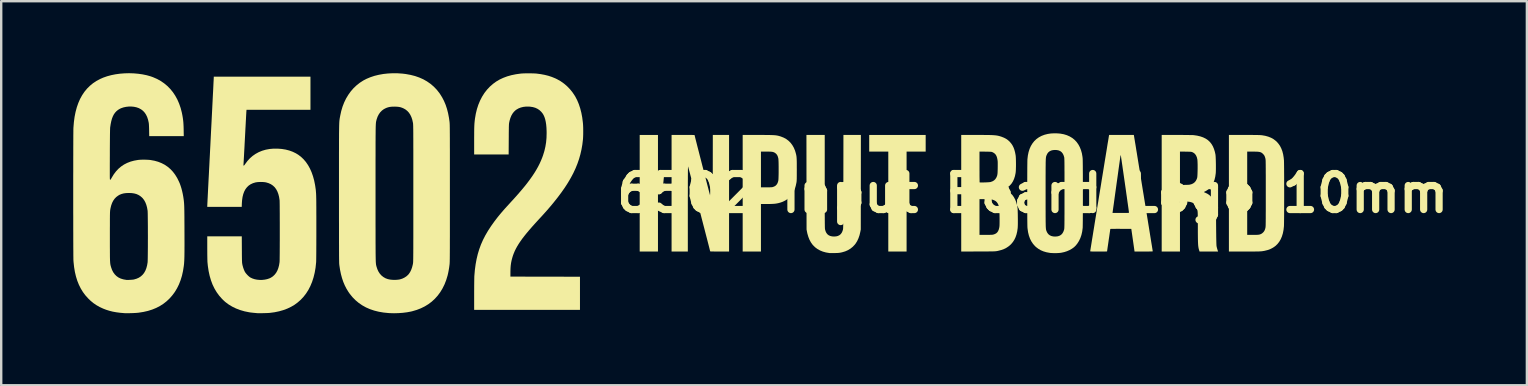
<source format=kicad_pcb>
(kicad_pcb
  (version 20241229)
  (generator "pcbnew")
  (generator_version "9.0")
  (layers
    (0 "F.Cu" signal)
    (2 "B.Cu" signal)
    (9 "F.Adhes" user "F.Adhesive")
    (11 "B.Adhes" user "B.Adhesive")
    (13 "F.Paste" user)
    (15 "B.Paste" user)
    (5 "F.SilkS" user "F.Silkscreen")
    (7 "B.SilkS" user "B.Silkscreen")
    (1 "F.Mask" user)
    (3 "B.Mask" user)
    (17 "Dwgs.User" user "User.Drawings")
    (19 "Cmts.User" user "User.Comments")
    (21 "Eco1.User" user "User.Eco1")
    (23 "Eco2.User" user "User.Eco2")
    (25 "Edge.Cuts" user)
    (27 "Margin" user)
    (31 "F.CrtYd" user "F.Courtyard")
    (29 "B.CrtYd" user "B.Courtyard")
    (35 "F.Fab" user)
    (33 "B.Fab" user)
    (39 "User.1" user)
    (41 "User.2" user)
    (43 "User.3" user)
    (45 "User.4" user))
  (footprint "6502 Input Board Logo 10mm"
    (layer "F.Cu")
    (at 39.97 5)
    (property "Reference" "6502 Input Board Logo 10mm" (at 0 0 0) (layer "F.SilkS") (effects (font (size 1.5 1.5) (thickness 0.3))))
    (attr board_only exclude_from_pos_files exclude_from_bom)
    (fp_poly (pts (xy -15.611 0) (xy -15.611 2.428) (xy -15.991 2.428) (xy -16.372 2.428) (xy -16.372 0) (xy -16.372 -2.428) (xy -15.991 -2.428) (xy -15.611 -2.428)) (stroke (width 0) (type solid)) (fill yes) (layer "F.SilkS"))
    (fp_poly (pts (xy -4.459 -2.081) (xy -4.459 -1.735) (xy -4.857 -1.735) (xy -5.254 -1.735) (xy -5.254 0.347) (xy -5.254 2.428) (xy -5.635 2.428) (xy -6.016 2.428) (xy -6.016 0.347) (xy -6.016 -1.735) (xy -6.413 -1.735) (xy -6.811 -1.735) (xy -6.811 -2.081) (xy -6.811 -2.428) (xy -5.635 -2.428) (xy -4.459 -2.428)) (stroke (width 0) (type solid)) (fill yes) (layer "F.SilkS"))
    (fp_poly (pts (xy -8.664 -0.496) (xy -8.664 -0.279) (xy -8.664 -0.078) (xy -8.664 0.106) (xy -8.664 0.276) (xy -8.664 0.432) (xy -8.664 0.574) (xy -8.663 0.702) (xy -8.663 0.819) (xy -8.663 0.923) (xy -8.662 1.016) (xy -8.662 1.099) (xy -8.661 1.172) (xy -8.661 1.236) (xy -8.66 1.291) (xy -8.659 1.338) (xy -8.659 1.378) (xy -8.658 1.411) (xy -8.657 1.439) (xy -8.656 1.461) (xy -8.655 1.478) (xy -8.653 1.491) (xy -8.652 1.5) (xy -8.652 1.502) (xy -8.629 1.583) (xy -8.596 1.652) (xy -8.553 1.708) (xy -8.498 1.751) (xy -8.432 1.781) (xy -8.355 1.798) (xy -8.276 1.803) (xy -8.19 1.797) (xy -8.116 1.779) (xy -8.053 1.748) (xy -8 1.705) (xy -7.957 1.648) (xy -7.924 1.577) (xy -7.905 1.515) (xy -7.903 1.507) (xy -7.902 1.498) (xy -7.9 1.486) (xy -7.899 1.471) (xy -7.898 1.451) (xy -7.897 1.427) (xy -7.896 1.398) (xy -7.895 1.362) (xy -7.894 1.32) (xy -7.894 1.271) (xy -7.893 1.213) (xy -7.892 1.147) (xy -7.892 1.072) (xy -7.891 0.986) (xy -7.891 0.89) (xy -7.891 0.783) (xy -7.89 0.664) (xy -7.89 0.533) (xy -7.89 0.388) (xy -7.889 0.229) (xy -7.889 0.056) (xy -7.889 -0.132) (xy -7.888 -0.337) (xy -7.888 -0.484) (xy -7.885 -2.428) (xy -7.521 -2.428) (xy -7.158 -2.428) (xy -7.16 -0.459) (xy -7.162 1.51) (xy -7.182 1.61) (xy -7.214 1.748) (xy -7.258 1.875) (xy -7.311 1.99) (xy -7.374 2.092) (xy -7.412 2.141) (xy -7.495 2.229) (xy -7.589 2.305) (xy -7.693 2.369) (xy -7.808 2.42) (xy -7.935 2.458) (xy -7.993 2.471) (xy -8.031 2.478) (xy -8.069 2.483) (xy -8.111 2.487) (xy -8.161 2.49) (xy -8.221 2.491) (xy -8.262 2.492) (xy -8.317 2.493) (xy -8.368 2.493) (xy -8.412 2.492) (xy -8.446 2.492) (xy -8.467 2.491) (xy -8.469 2.491) (xy -8.612 2.467) (xy -8.742 2.431) (xy -8.86 2.383) (xy -8.968 2.323) (xy -9.064 2.251) (xy -9.15 2.166) (xy -9.172 2.141) (xy -9.24 2.046) (xy -9.299 1.937) (xy -9.347 1.816) (xy -9.386 1.684) (xy -9.402 1.61) (xy -9.421 1.51) (xy -9.424 -0.459) (xy -9.426 -2.428) (xy -9.045 -2.428) (xy -8.664 -2.428)) (stroke (width 0) (type solid)) (fill yes) (layer "F.SilkS"))
    (fp_poly (pts (xy -11.33 -2.428) (xy -11.213 -2.428) (xy -11.11 -2.427) (xy -11.02 -2.427) (xy -10.942 -2.425) (xy -10.874 -2.423) (xy -10.815 -2.421) (xy -10.764 -2.418) (xy -10.719 -2.414) (xy -10.679 -2.409) (xy -10.643 -2.403) (xy -10.609 -2.396) (xy -10.576 -2.388) (xy -10.543 -2.378) (xy -10.508 -2.368) (xy -10.496 -2.364) (xy -10.378 -2.318) (xy -10.27 -2.259) (xy -10.173 -2.187) (xy -10.088 -2.103) (xy -10.015 -2.007) (xy -9.953 -1.899) (xy -9.902 -1.778) (xy -9.876 -1.691) (xy -9.866 -1.654) (xy -9.857 -1.62) (xy -9.85 -1.587) (xy -9.844 -1.553) (xy -9.839 -1.518) (xy -9.836 -1.478) (xy -9.833 -1.433) (xy -9.831 -1.381) (xy -9.829 -1.32) (xy -9.828 -1.248) (xy -9.828 -1.164) (xy -9.828 -1.066) (xy -9.827 -0.99) (xy -9.828 -0.888) (xy -9.828 -0.8) (xy -9.828 -0.727) (xy -9.829 -0.666) (xy -9.829 -0.615) (xy -9.831 -0.573) (xy -9.832 -0.539) (xy -9.834 -0.51) (xy -9.836 -0.486) (xy -9.839 -0.464) (xy -9.843 -0.442) (xy -9.843 -0.44) (xy -9.871 -0.309) (xy -9.906 -0.191) (xy -9.95 -0.086) (xy -10.002 0.009) (xy -10.064 0.095) (xy -10.11 0.147) (xy -10.201 0.23) (xy -10.3 0.298) (xy -10.408 0.352) (xy -10.492 0.383) (xy -10.55 0.4) (xy -10.605 0.414) (xy -10.66 0.425) (xy -10.717 0.434) (xy -10.78 0.44) (xy -10.85 0.444) (xy -10.931 0.447) (xy -11.025 0.448) (xy -11.073 0.448) (xy -11.321 0.448) (xy -11.321 1.438) (xy -11.321 2.428) (xy -11.702 2.428) (xy -12.082 2.428) (xy -12.082 0) (xy -12.082 -0.99) (xy -11.321 -0.99) (xy -11.321 -0.245) (xy -11.099 -0.245) (xy -11.02 -0.246) (xy -10.958 -0.247) (xy -10.908 -0.249) (xy -10.871 -0.251) (xy -10.844 -0.255) (xy -10.833 -0.257) (xy -10.765 -0.282) (xy -10.708 -0.317) (xy -10.664 -0.364) (xy -10.629 -0.422) (xy -10.605 -0.495) (xy -10.597 -0.529) (xy -10.594 -0.556) (xy -10.591 -0.597) (xy -10.589 -0.651) (xy -10.587 -0.715) (xy -10.585 -0.787) (xy -10.584 -0.864) (xy -10.584 -0.945) (xy -10.584 -1.028) (xy -10.584 -1.109) (xy -10.585 -1.187) (xy -10.586 -1.259) (xy -10.588 -1.324) (xy -10.591 -1.379) (xy -10.593 -1.421) (xy -10.597 -1.449) (xy -10.597 -1.45) (xy -10.618 -1.528) (xy -10.647 -1.592) (xy -10.686 -1.642) (xy -10.735 -1.681) (xy -10.745 -1.687) (xy -10.771 -1.701) (xy -10.796 -1.711) (xy -10.822 -1.719) (xy -10.851 -1.725) (xy -10.886 -1.73) (xy -10.93 -1.732) (xy -10.984 -1.734) (xy -11.052 -1.734) (xy -11.099 -1.734) (xy -11.321 -1.735) (xy -11.321 -0.99) (xy -12.082 -0.99) (xy -12.082 -2.428) (xy -11.462 -2.428)) (stroke (width 0) (type solid)) (fill yes) (layer "F.SilkS"))
    (fp_poly (pts (xy -14.477 -2.428) (xy -14.395 -2.428) (xy -14.318 -2.428) (xy -14.25 -2.428) (xy -14.192 -2.428) (xy -14.146 -2.427) (xy -14.111 -2.427) (xy -14.092 -2.426) (xy -14.087 -2.426) (xy -14.085 -2.414) (xy -14.078 -2.386) (xy -14.067 -2.344) (xy -14.054 -2.289) (xy -14.037 -2.223) (xy -14.017 -2.145) (xy -13.995 -2.057) (xy -13.97 -1.959) (xy -13.943 -1.854) (xy -13.914 -1.742) (xy -13.884 -1.624) (xy -13.852 -1.5) (xy -13.819 -1.373) (xy -13.786 -1.243) (xy -13.752 -1.11) (xy -13.717 -0.977) (xy -13.683 -0.843) (xy -13.649 -0.711) (xy -13.615 -0.58) (xy -13.582 -0.453) (xy -13.55 -0.329) (xy -13.519 -0.211) (xy -13.49 -0.098) (xy -13.462 0.007) (xy -13.437 0.105) (xy -13.414 0.193) (xy -13.393 0.271) (xy -13.376 0.339) (xy -13.361 0.394) (xy -13.35 0.436) (xy -13.342 0.464) (xy -13.338 0.477) (xy -13.338 0.478) (xy -13.337 0.47) (xy -13.336 0.445) (xy -13.335 0.405) (xy -13.334 0.35) (xy -13.334 0.28) (xy -13.333 0.197) (xy -13.332 0.101) (xy -13.331 -0.008) (xy -13.331 -0.128) (xy -13.33 -0.259) (xy -13.33 -0.401) (xy -13.329 -0.552) (xy -13.329 -0.713) (xy -13.328 -0.882) (xy -13.328 -0.975) (xy -13.326 -2.428) (xy -12.988 -2.428) (xy -12.649 -2.428) (xy -12.649 0) (xy -12.649 2.428) (xy -13.043 2.428) (xy -13.122 2.428) (xy -13.197 2.428) (xy -13.264 2.427) (xy -13.323 2.426) (xy -13.371 2.425) (xy -13.407 2.424) (xy -13.429 2.423) (xy -13.436 2.422) (xy -13.438 2.412) (xy -13.445 2.386) (xy -13.455 2.345) (xy -13.468 2.292) (xy -13.485 2.225) (xy -13.505 2.147) (xy -13.528 2.058) (xy -13.553 1.96) (xy -13.581 1.852) (xy -13.611 1.736) (xy -13.643 1.613) (xy -13.676 1.484) (xy -13.711 1.35) (xy -13.747 1.211) (xy -13.784 1.069) (xy -13.821 0.924) (xy -13.86 0.777) (xy -13.898 0.63) (xy -13.936 0.482) (xy -13.974 0.336) (xy -14.012 0.192) (xy -14.049 0.051) (xy -14.085 -0.087) (xy -14.12 -0.22) (xy -14.153 -0.347) (xy -14.185 -0.468) (xy -14.214 -0.581) (xy -14.242 -0.686) (xy -14.267 -0.781) (xy -14.29 -0.867) (xy -14.31 -0.941) (xy -14.326 -1.003) (xy -14.34 -1.053) (xy -14.349 -1.089) (xy -14.355 -1.11) (xy -14.357 -1.115) (xy -14.358 -1.111) (xy -14.359 -1.098) (xy -14.36 -1.075) (xy -14.361 -1.041) (xy -14.362 -0.997) (xy -14.363 -0.943) (xy -14.364 -0.876) (xy -14.364 -0.797) (xy -14.365 -0.706) (xy -14.365 -0.602) (xy -14.366 -0.485) (xy -14.366 -0.353) (xy -14.366 -0.208) (xy -14.366 -0.047) (xy -14.367 0.129) (xy -14.367 0.32) (xy -14.367 0.528) (xy -14.367 0.655) (xy -14.367 2.428) (xy -14.705 2.428) (xy -15.044 2.428) (xy -15.044 0) (xy -15.044 -2.428) (xy -14.566 -2.428)) (stroke (width 0) (type solid)) (fill yes) (layer "F.SilkS"))
    (fp_poly (pts (xy 8.936 -2.428) (xy 9.047 -2.428) (xy 9.143 -2.428) (xy 9.225 -2.427) (xy 9.296 -2.426) (xy 9.356 -2.426) (xy 9.407 -2.424) (xy 9.449 -2.423) (xy 9.484 -2.421) (xy 9.514 -2.419) (xy 9.539 -2.417) (xy 9.55 -2.416) (xy 9.689 -2.392) (xy 9.817 -2.356) (xy 9.933 -2.309) (xy 10.037 -2.25) (xy 10.129 -2.179) (xy 10.159 -2.152) (xy 10.235 -2.066) (xy 10.301 -1.972) (xy 10.355 -1.866) (xy 10.399 -1.75) (xy 10.432 -1.622) (xy 10.455 -1.481) (xy 10.466 -1.371) (xy 10.467 -1.345) (xy 10.468 -1.303) (xy 10.469 -1.247) (xy 10.47 -1.178) (xy 10.471 -1.096) (xy 10.472 -1.004) (xy 10.472 -0.902) (xy 10.473 -0.791) (xy 10.474 -0.673) (xy 10.474 -0.549) (xy 10.474 -0.42) (xy 10.474 -0.287) (xy 10.475 -0.152) (xy 10.475 -0.015) (xy 10.475 0.122) (xy 10.475 0.257) (xy 10.474 0.391) (xy 10.474 0.521) (xy 10.474 0.646) (xy 10.473 0.766) (xy 10.473 0.878) (xy 10.472 0.982) (xy 10.471 1.077) (xy 10.47 1.161) (xy 10.469 1.233) (xy 10.468 1.292) (xy 10.467 1.337) (xy 10.466 1.366) (xy 10.466 1.371) (xy 10.449 1.526) (xy 10.421 1.669) (xy 10.381 1.8) (xy 10.33 1.918) (xy 10.268 2.023) (xy 10.194 2.117) (xy 10.109 2.197) (xy 10.012 2.266) (xy 9.903 2.323) (xy 9.783 2.367) (xy 9.65 2.4) (xy 9.55 2.416) (xy 9.527 2.418) (xy 9.499 2.42) (xy 9.467 2.422) (xy 9.429 2.424) (xy 9.382 2.425) (xy 9.327 2.426) (xy 9.262 2.427) (xy 9.185 2.427) (xy 9.096 2.428) (xy 8.993 2.428) (xy 8.875 2.428) (xy 8.81 2.428) (xy 8.173 2.428) (xy 8.173 0) (xy 8.935 0) (xy 8.935 1.735) (xy 9.164 1.735) (xy 9.239 1.734) (xy 9.299 1.734) (xy 9.346 1.732) (xy 9.383 1.73) (xy 9.412 1.727) (xy 9.434 1.724) (xy 9.446 1.721) (xy 9.504 1.701) (xy 9.554 1.672) (xy 9.6 1.631) (xy 9.606 1.625) (xy 9.637 1.587) (xy 9.661 1.544) (xy 9.681 1.493) (xy 9.695 1.438) (xy 9.697 1.429) (xy 9.698 1.418) (xy 9.7 1.404) (xy 9.701 1.387) (xy 9.703 1.366) (xy 9.704 1.34) (xy 9.705 1.308) (xy 9.705 1.269) (xy 9.706 1.223) (xy 9.707 1.169) (xy 9.707 1.106) (xy 9.708 1.033) (xy 9.708 0.95) (xy 9.708 0.856) (xy 9.709 0.749) (xy 9.709 0.629) (xy 9.709 0.496) (xy 9.709 0.348) (xy 9.709 0.185) (xy 9.709 0.005) (xy 9.709 0) (xy 9.709 -0.18) (xy 9.709 -0.343) (xy 9.709 -0.492) (xy 9.709 -0.626) (xy 9.709 -0.746) (xy 9.708 -0.853) (xy 9.708 -0.948) (xy 9.708 -1.031) (xy 9.707 -1.104) (xy 9.707 -1.168) (xy 9.706 -1.222) (xy 9.705 -1.268) (xy 9.705 -1.307) (xy 9.704 -1.339) (xy 9.703 -1.365) (xy 9.701 -1.387) (xy 9.7 -1.404) (xy 9.698 -1.418) (xy 9.697 -1.429) (xy 9.695 -1.438) (xy 9.695 -1.438) (xy 9.678 -1.5) (xy 9.659 -1.55) (xy 9.634 -1.592) (xy 9.606 -1.625) (xy 9.578 -1.653) (xy 9.551 -1.676) (xy 9.523 -1.694) (xy 9.492 -1.708) (xy 9.454 -1.719) (xy 9.41 -1.726) (xy 9.356 -1.731) (xy 9.29 -1.733) (xy 9.21 -1.734) (xy 9.164 -1.735) (xy 8.935 -1.735) (xy 8.935 0) (xy 8.173 0) (xy 8.173 -2.428) (xy 8.81 -2.428)) (stroke (width 0) (type solid)) (fill yes) (layer "F.SilkS"))
    (fp_poly (pts (xy 6.118 -2.428) (xy 6.229 -2.428) (xy 6.331 -2.427) (xy 6.424 -2.426) (xy 6.507 -2.425) (xy 6.577 -2.424) (xy 6.634 -2.423) (xy 6.677 -2.422) (xy 6.704 -2.42) (xy 6.708 -2.42) (xy 6.852 -2.399) (xy 6.982 -2.368) (xy 7.1 -2.327) (xy 7.204 -2.276) (xy 7.297 -2.214) (xy 7.377 -2.14) (xy 7.446 -2.054) (xy 7.504 -1.957) (xy 7.551 -1.846) (xy 7.589 -1.723) (xy 7.612 -1.616) (xy 7.616 -1.583) (xy 7.62 -1.536) (xy 7.623 -1.477) (xy 7.626 -1.409) (xy 7.628 -1.335) (xy 7.63 -1.256) (xy 7.631 -1.176) (xy 7.631 -1.097) (xy 7.631 -1.022) (xy 7.63 -0.953) (xy 7.628 -0.893) (xy 7.626 -0.845) (xy 7.624 -0.826) (xy 7.604 -0.688) (xy 7.574 -0.563) (xy 7.532 -0.449) (xy 7.481 -0.348) (xy 7.418 -0.26) (xy 7.358 -0.197) (xy 7.322 -0.167) (xy 7.279 -0.136) (xy 7.234 -0.106) (xy 7.192 -0.083) (xy 7.168 -0.071) (xy 7.147 -0.061) (xy 7.135 -0.052) (xy 7.135 -0.049) (xy 7.143 -0.042) (xy 7.164 -0.032) (xy 7.192 -0.019) (xy 7.199 -0.017) (xy 7.282 0.024) (xy 7.355 0.073) (xy 7.419 0.134) (xy 7.474 0.206) (xy 7.52 0.29) (xy 7.559 0.387) (xy 7.59 0.498) (xy 7.615 0.624) (xy 7.62 0.658) (xy 7.623 0.678) (xy 7.625 0.702) (xy 7.627 0.73) (xy 7.629 0.763) (xy 7.631 0.802) (xy 7.633 0.849) (xy 7.634 0.904) (xy 7.635 0.97) (xy 7.636 1.047) (xy 7.638 1.137) (xy 7.639 1.24) (xy 7.64 1.358) (xy 7.641 1.443) (xy 7.642 1.586) (xy 7.644 1.716) (xy 7.645 1.831) (xy 7.647 1.931) (xy 7.649 2.016) (xy 7.651 2.086) (xy 7.653 2.14) (xy 7.655 2.177) (xy 7.657 2.196) (xy 7.664 2.235) (xy 7.676 2.282) (xy 7.689 2.329) (xy 7.694 2.346) (xy 7.722 2.428) (xy 7.336 2.428) (xy 6.95 2.428) (xy 6.932 2.371) (xy 6.923 2.341) (xy 6.915 2.31) (xy 6.908 2.279) (xy 6.902 2.245) (xy 6.897 2.207) (xy 6.892 2.164) (xy 6.889 2.114) (xy 6.886 2.058) (xy 6.884 1.992) (xy 6.882 1.917) (xy 6.881 1.83) (xy 6.88 1.731) (xy 6.879 1.618) (xy 6.879 1.49) (xy 6.879 1.409) (xy 6.879 1.31) (xy 6.878 1.214) (xy 6.878 1.123) (xy 6.877 1.039) (xy 6.876 0.963) (xy 6.875 0.898) (xy 6.874 0.843) (xy 6.872 0.802) (xy 6.871 0.775) (xy 6.87 0.77) (xy 6.854 0.673) (xy 6.83 0.59) (xy 6.797 0.52) (xy 6.755 0.464) (xy 6.702 0.419) (xy 6.639 0.386) (xy 6.565 0.364) (xy 6.542 0.359) (xy 6.505 0.354) (xy 6.454 0.351) (xy 6.392 0.348) (xy 6.321 0.347) (xy 6.306 0.347) (xy 6.134 0.347) (xy 6.134 1.388) (xy 6.134 2.428) (xy 5.753 2.428) (xy 5.373 2.428) (xy 5.373 0) (xy 5.373 -1.041) (xy 6.134 -1.041) (xy 6.134 -0.347) (xy 6.301 -0.347) (xy 6.357 -0.348) (xy 6.412 -0.349) (xy 6.46 -0.351) (xy 6.5 -0.353) (xy 6.525 -0.355) (xy 6.608 -0.375) (xy 6.68 -0.407) (xy 6.741 -0.452) (xy 6.791 -0.51) (xy 6.829 -0.581) (xy 6.85 -0.639) (xy 6.854 -0.664) (xy 6.859 -0.703) (xy 6.862 -0.755) (xy 6.865 -0.816) (xy 6.867 -0.884) (xy 6.869 -0.958) (xy 6.87 -1.033) (xy 6.87 -1.109) (xy 6.87 -1.182) (xy 6.868 -1.25) (xy 6.866 -1.311) (xy 6.863 -1.362) (xy 6.86 -1.401) (xy 6.858 -1.412) (xy 6.838 -1.497) (xy 6.806 -1.57) (xy 6.765 -1.63) (xy 6.713 -1.677) (xy 6.652 -1.711) (xy 6.652 -1.711) (xy 6.637 -1.716) (xy 6.622 -1.721) (xy 6.604 -1.724) (xy 6.583 -1.727) (xy 6.554 -1.729) (xy 6.517 -1.73) (xy 6.468 -1.731) (xy 6.406 -1.732) (xy 6.369 -1.733) (xy 6.134 -1.736) (xy 6.134 -1.041) (xy 5.373 -1.041) (xy 5.373 -2.428) (xy 5.999 -2.428)) (stroke (width 0) (type solid)) (fill yes) (layer "F.SilkS"))
    (fp_poly (pts (xy -20.912 -4.995) (xy -20.836 -4.993) (xy -20.768 -4.991) (xy -20.71 -4.988) (xy -20.67 -4.985) (xy -20.494 -4.962) (xy -20.33 -4.931) (xy -20.177 -4.893) (xy -20.032 -4.845) (xy -19.892 -4.788) (xy -19.813 -4.75) (xy -19.666 -4.667) (xy -19.527 -4.569) (xy -19.397 -4.458) (xy -19.277 -4.334) (xy -19.168 -4.199) (xy -19.07 -4.052) (xy -19.055 -4.027) (xy -18.977 -3.877) (xy -18.909 -3.714) (xy -18.851 -3.539) (xy -18.803 -3.353) (xy -18.766 -3.157) (xy -18.74 -2.952) (xy -18.733 -2.877) (xy -18.729 -2.805) (xy -18.726 -2.721) (xy -18.725 -2.63) (xy -18.725 -2.536) (xy -18.726 -2.443) (xy -18.729 -2.355) (xy -18.733 -2.276) (xy -18.737 -2.229) (xy -18.762 -2.023) (xy -18.797 -1.821) (xy -18.843 -1.621) (xy -18.899 -1.424) (xy -18.967 -1.228) (xy -19.046 -1.033) (xy -19.138 -0.836) (xy -19.243 -0.639) (xy -19.36 -0.439) (xy -19.491 -0.236) (xy -19.637 -0.028) (xy -19.796 0.184) (xy -19.97 0.402) (xy -20.036 0.482) (xy -20.102 0.56) (xy -20.166 0.635) (xy -20.231 0.71) (xy -20.299 0.786) (xy -20.371 0.867) (xy -20.45 0.954) (xy -20.538 1.049) (xy -20.586 1.101) (xy -20.728 1.256) (xy -20.858 1.401) (xy -20.976 1.537) (xy -21.083 1.664) (xy -21.18 1.785) (xy -21.267 1.898) (xy -21.344 2.007) (xy -21.413 2.11) (xy -21.474 2.21) (xy -21.527 2.306) (xy -21.574 2.401) (xy -21.614 2.495) (xy -21.649 2.588) (xy -21.678 2.682) (xy -21.68 2.689) (xy -21.708 2.795) (xy -21.729 2.899) (xy -21.744 3.006) (xy -21.753 3.12) (xy -21.757 3.245) (xy -21.757 3.287) (xy -21.758 3.473) (xy -20.309 3.475) (xy -18.86 3.478) (xy -18.86 4.167) (xy -18.86 4.857) (xy -21.064 4.857) (xy -23.268 4.857) (xy -23.268 4.207) (xy -23.268 4.1) (xy -23.267 3.996) (xy -23.267 3.895) (xy -23.266 3.799) (xy -23.265 3.711) (xy -23.264 3.632) (xy -23.263 3.563) (xy -23.262 3.506) (xy -23.261 3.462) (xy -23.259 3.435) (xy -23.238 3.192) (xy -23.207 2.962) (xy -23.167 2.744) (xy -23.117 2.534) (xy -23.056 2.332) (xy -22.984 2.135) (xy -22.899 1.943) (xy -22.801 1.752) (xy -22.689 1.561) (xy -22.563 1.368) (xy -22.426 1.176) (xy -22.359 1.088) (xy -22.292 1.001) (xy -22.222 0.915) (xy -22.148 0.826) (xy -22.069 0.734) (xy -21.983 0.636) (xy -21.887 0.531) (xy -21.782 0.416) (xy -21.758 0.389) (xy -21.592 0.208) (xy -21.439 0.036) (xy -21.298 -0.128) (xy -21.169 -0.283) (xy -21.051 -0.432) (xy -20.944 -0.575) (xy -20.846 -0.713) (xy -20.758 -0.846) (xy -20.679 -0.976) (xy -20.607 -1.103) (xy -20.543 -1.229) (xy -20.486 -1.354) (xy -20.435 -1.479) (xy -20.399 -1.578) (xy -20.343 -1.759) (xy -20.301 -1.939) (xy -20.271 -2.121) (xy -20.254 -2.309) (xy -20.249 -2.505) (xy -20.25 -2.589) (xy -20.256 -2.733) (xy -20.268 -2.862) (xy -20.286 -2.978) (xy -20.309 -3.08) (xy -20.338 -3.171) (xy -20.374 -3.252) (xy -20.417 -3.324) (xy -20.468 -3.387) (xy -20.476 -3.396) (xy -20.549 -3.464) (xy -20.631 -3.518) (xy -20.721 -3.56) (xy -20.822 -3.589) (xy -20.935 -3.606) (xy -20.984 -3.61) (xy -21.105 -3.61) (xy -21.219 -3.597) (xy -21.325 -3.571) (xy -21.422 -3.533) (xy -21.508 -3.483) (xy -21.546 -3.455) (xy -21.613 -3.391) (xy -21.67 -3.317) (xy -21.719 -3.232) (xy -21.759 -3.135) (xy -21.792 -3.023) (xy -21.806 -2.959) (xy -21.809 -2.942) (xy -21.812 -2.925) (xy -21.815 -2.906) (xy -21.817 -2.885) (xy -21.819 -2.86) (xy -21.82 -2.83) (xy -21.821 -2.794) (xy -21.823 -2.749) (xy -21.823 -2.695) (xy -21.824 -2.631) (xy -21.825 -2.556) (xy -21.826 -2.467) (xy -21.826 -2.364) (xy -21.827 -2.245) (xy -21.827 -2.244) (xy -21.831 -1.616) (xy -22.549 -1.616) (xy -23.268 -1.616) (xy -23.268 -2.19) (xy -23.268 -2.317) (xy -23.267 -2.429) (xy -23.267 -2.527) (xy -23.266 -2.614) (xy -23.265 -2.689) (xy -23.263 -2.756) (xy -23.261 -2.815) (xy -23.258 -2.869) (xy -23.255 -2.919) (xy -23.25 -2.966) (xy -23.246 -3.013) (xy -23.24 -3.06) (xy -23.234 -3.109) (xy -23.199 -3.313) (xy -23.152 -3.507) (xy -23.092 -3.691) (xy -23.02 -3.863) (xy -22.936 -4.025) (xy -22.841 -4.175) (xy -22.733 -4.314) (xy -22.615 -4.44) (xy -22.484 -4.555) (xy -22.354 -4.65) (xy -22.212 -4.734) (xy -22.059 -4.806) (xy -21.894 -4.868) (xy -21.717 -4.918) (xy -21.528 -4.957) (xy -21.326 -4.985) (xy -21.322 -4.985) (xy -21.276 -4.989) (xy -21.216 -4.992) (xy -21.147 -4.994) (xy -21.071 -4.995) (xy -20.991 -4.995)) (stroke (width 0) (type solid)) (fill yes) (layer "F.SilkS"))
    (fp_poly (pts (xy 4.217 -2.405) (xy 4.219 -2.394) (xy 4.223 -2.367) (xy 4.23 -2.325) (xy 4.239 -2.269) (xy 4.251 -2.199) (xy 4.264 -2.117) (xy 4.28 -2.024) (xy 4.297 -1.919) (xy 4.315 -1.804) (xy 4.336 -1.68) (xy 4.357 -1.547) (xy 4.38 -1.406) (xy 4.404 -1.259) (xy 4.429 -1.105) (xy 4.455 -0.946) (xy 4.482 -0.783) (xy 4.509 -0.616) (xy 4.536 -0.446) (xy 4.564 -0.273) (xy 4.592 -0.1) (xy 4.621 0.074) (xy 4.649 0.248) (xy 4.677 0.42) (xy 4.705 0.591) (xy 4.732 0.759) (xy 4.759 0.923) (xy 4.785 1.083) (xy 4.81 1.238) (xy 4.834 1.387) (xy 4.857 1.529) (xy 4.879 1.664) (xy 4.899 1.79) (xy 4.918 1.907) (xy 4.935 2.014) (xy 4.951 2.111) (xy 4.965 2.195) (xy 4.976 2.268) (xy 4.986 2.327) (xy 4.993 2.372) (xy 4.998 2.403) (xy 5 2.418) (xy 5 2.419) (xy 4.995 2.421) (xy 4.977 2.423) (xy 4.946 2.425) (xy 4.902 2.426) (xy 4.844 2.427) (xy 4.771 2.428) (xy 4.682 2.428) (xy 4.621 2.428) (xy 4.242 2.428) (xy 4.175 1.957) (xy 4.107 1.485) (xy 3.67 1.483) (xy 3.582 1.482) (xy 3.501 1.482) (xy 3.427 1.483) (xy 3.364 1.483) (xy 3.311 1.484) (xy 3.27 1.485) (xy 3.244 1.486) (xy 3.232 1.488) (xy 3.232 1.488) (xy 3.231 1.498) (xy 3.227 1.522) (xy 3.222 1.561) (xy 3.215 1.611) (xy 3.206 1.672) (xy 3.196 1.742) (xy 3.185 1.82) (xy 3.172 1.904) (xy 3.164 1.958) (xy 3.152 2.045) (xy 3.14 2.126) (xy 3.129 2.201) (xy 3.119 2.267) (xy 3.111 2.324) (xy 3.105 2.369) (xy 3.1 2.402) (xy 3.097 2.421) (xy 3.097 2.425) (xy 3.089 2.425) (xy 3.065 2.426) (xy 3.028 2.427) (xy 2.98 2.427) (xy 2.922 2.428) (xy 2.855 2.428) (xy 2.783 2.428) (xy 2.746 2.428) (xy 2.658 2.428) (xy 2.586 2.428) (xy 2.528 2.428) (xy 2.483 2.427) (xy 2.449 2.426) (xy 2.424 2.424) (xy 2.408 2.423) (xy 2.399 2.42) (xy 2.395 2.417) (xy 2.394 2.416) (xy 2.396 2.407) (xy 2.4 2.382) (xy 2.406 2.342) (xy 2.415 2.287) (xy 2.426 2.219) (xy 2.439 2.139) (xy 2.454 2.046) (xy 2.47 1.943) (xy 2.489 1.829) (xy 2.509 1.706) (xy 2.53 1.574) (xy 2.553 1.435) (xy 2.576 1.288) (xy 2.601 1.135) (xy 2.627 0.977) (xy 2.652 0.821) (xy 3.324 0.821) (xy 3.667 0.821) (xy 3.752 0.821) (xy 3.822 0.821) (xy 3.879 0.82) (xy 3.922 0.82) (xy 3.955 0.819) (xy 3.979 0.817) (xy 3.995 0.816) (xy 4.004 0.813) (xy 4.009 0.811) (xy 4.01 0.807) (xy 4.01 0.806) (xy 4.009 0.794) (xy 4.006 0.767) (xy 4 0.726) (xy 3.993 0.672) (xy 3.984 0.605) (xy 3.973 0.528) (xy 3.961 0.442) (xy 3.947 0.346) (xy 3.933 0.244) (xy 3.918 0.135) (xy 3.901 0.021) (xy 3.885 -0.097) (xy 3.868 -0.217) (xy 3.85 -0.339) (xy 3.833 -0.462) (xy 3.815 -0.583) (xy 3.798 -0.703) (xy 3.781 -0.82) (xy 3.765 -0.933) (xy 3.749 -1.041) (xy 3.735 -1.142) (xy 3.721 -1.235) (xy 3.709 -1.32) (xy 3.698 -1.394) (xy 3.688 -1.458) (xy 3.681 -1.51) (xy 3.675 -1.548) (xy 3.671 -1.571) (xy 3.669 -1.579) (xy 3.661 -1.582) (xy 3.66 -1.582) (xy 3.659 -1.573) (xy 3.655 -1.548) (xy 3.649 -1.509) (xy 3.641 -1.456) (xy 3.632 -1.39) (xy 3.621 -1.312) (xy 3.608 -1.222) (xy 3.594 -1.123) (xy 3.579 -1.015) (xy 3.563 -0.898) (xy 3.546 -0.774) (xy 3.528 -0.644) (xy 3.509 -0.509) (xy 3.495 -0.41) (xy 3.476 -0.271) (xy 3.457 -0.136) (xy 3.439 -0.007) (xy 3.422 0.116) (xy 3.406 0.233) (xy 3.391 0.34) (xy 3.378 0.439) (xy 3.365 0.528) (xy 3.354 0.605) (xy 3.345 0.67) (xy 3.338 0.722) (xy 3.333 0.76) (xy 3.33 0.783) (xy 3.329 0.789) (xy 3.324 0.821) (xy 2.652 0.821) (xy 2.653 0.814) (xy 2.68 0.647) (xy 2.708 0.477) (xy 2.736 0.305) (xy 2.764 0.132) (xy 2.792 -0.042) (xy 2.821 -0.216) (xy 2.849 -0.389) (xy 2.876 -0.56) (xy 2.904 -0.728) (xy 2.931 -0.893) (xy 2.957 -1.053) (xy 2.982 -1.209) (xy 3.006 -1.358) (xy 3.03 -1.501) (xy 3.052 -1.637) (xy 3.073 -1.764) (xy 3.092 -1.882) (xy 3.109 -1.99) (xy 3.125 -2.088) (xy 3.14 -2.174) (xy 3.152 -2.247) (xy 3.162 -2.308) (xy 3.169 -2.355) (xy 3.175 -2.387) (xy 3.177 -2.403) (xy 3.178 -2.405) (xy 3.183 -2.428) (xy 3.697 -2.428) (xy 4.212 -2.428)) (stroke (width 0) (type solid)) (fill yes) (layer "F.SilkS"))
    (fp_poly (pts (xy -2.201 -2.428) (xy -2.079 -2.428) (xy -1.971 -2.427) (xy -1.876 -2.426) (xy -1.793 -2.425) (xy -1.721 -2.423) (xy -1.657 -2.42) (xy -1.601 -2.416) (xy -1.552 -2.412) (xy -1.508 -2.406) (xy -1.469 -2.4) (xy -1.431 -2.392) (xy -1.396 -2.383) (xy -1.36 -2.373) (xy -1.323 -2.361) (xy -1.303 -2.355) (xy -1.199 -2.314) (xy -1.108 -2.267) (xy -1.028 -2.21) (xy -0.959 -2.147) (xy -0.897 -2.074) (xy -0.844 -1.996) (xy -0.8 -1.909) (xy -0.764 -1.813) (xy -0.735 -1.704) (xy -0.714 -1.595) (xy -0.708 -1.553) (xy -0.704 -1.498) (xy -0.701 -1.431) (xy -0.699 -1.357) (xy -0.698 -1.277) (xy -0.697 -1.195) (xy -0.698 -1.114) (xy -0.7 -1.037) (xy -0.702 -0.966) (xy -0.706 -0.906) (xy -0.711 -0.857) (xy -0.713 -0.842) (xy -0.74 -0.712) (xy -0.778 -0.595) (xy -0.826 -0.491) (xy -0.884 -0.4) (xy -0.954 -0.321) (xy -1.034 -0.254) (xy -1.052 -0.242) (xy -1.086 -0.22) (xy -1.119 -0.201) (xy -1.145 -0.187) (xy -1.154 -0.183) (xy -1.173 -0.173) (xy -1.183 -0.163) (xy -1.183 -0.161) (xy -1.174 -0.153) (xy -1.154 -0.142) (xy -1.126 -0.128) (xy -1.116 -0.124) (xy -1.017 -0.072) (xy -0.93 -0.008) (xy -0.852 0.069) (xy -0.786 0.16) (xy -0.73 0.263) (xy -0.685 0.379) (xy -0.65 0.509) (xy -0.634 0.593) (xy -0.631 0.62) (xy -0.628 0.663) (xy -0.626 0.717) (xy -0.624 0.782) (xy -0.622 0.854) (xy -0.621 0.931) (xy -0.62 1.011) (xy -0.619 1.091) (xy -0.619 1.169) (xy -0.619 1.243) (xy -0.62 1.311) (xy -0.622 1.37) (xy -0.624 1.417) (xy -0.626 1.45) (xy -0.626 1.451) (xy -0.646 1.591) (xy -0.676 1.718) (xy -0.715 1.832) (xy -0.765 1.936) (xy -0.825 2.03) (xy -0.896 2.115) (xy -0.913 2.133) (xy -0.998 2.207) (xy -1.091 2.27) (xy -1.195 2.323) (xy -1.31 2.365) (xy -1.438 2.398) (xy -1.471 2.405) (xy -1.489 2.408) (xy -1.506 2.411) (xy -1.524 2.414) (xy -1.544 2.416) (xy -1.566 2.418) (xy -1.593 2.419) (xy -1.625 2.421) (xy -1.664 2.422) (xy -1.711 2.423) (xy -1.767 2.423) (xy -1.833 2.424) (xy -1.911 2.425) (xy -2.002 2.425) (xy -2.106 2.426) (xy -2.226 2.426) (xy -2.274 2.426) (xy -2.978 2.429) (xy -2.978 0.99) (xy -2.217 0.99) (xy -2.217 1.735) (xy -1.952 1.734) (xy -1.87 1.734) (xy -1.803 1.733) (xy -1.75 1.732) (xy -1.708 1.73) (xy -1.677 1.728) (xy -1.654 1.725) (xy -1.644 1.722) (xy -1.577 1.7) (xy -1.521 1.669) (xy -1.477 1.629) (xy -1.442 1.578) (xy -1.415 1.516) (xy -1.395 1.439) (xy -1.387 1.39) (xy -1.384 1.36) (xy -1.382 1.317) (xy -1.381 1.262) (xy -1.38 1.197) (xy -1.38 1.127) (xy -1.38 1.051) (xy -1.381 0.975) (xy -1.382 0.898) (xy -1.384 0.825) (xy -1.387 0.757) (xy -1.389 0.696) (xy -1.392 0.646) (xy -1.396 0.608) (xy -1.399 0.588) (xy -1.423 0.502) (xy -1.455 0.43) (xy -1.497 0.371) (xy -1.55 0.324) (xy -1.614 0.289) (xy -1.69 0.263) (xy -1.707 0.259) (xy -1.73 0.255) (xy -1.759 0.251) (xy -1.794 0.249) (xy -1.838 0.247) (xy -1.894 0.246) (xy -1.963 0.245) (xy -1.992 0.245) (xy -2.217 0.245) (xy -2.217 0.99) (xy -2.978 0.99) (xy -2.978 0.000405) (xy -2.978 -1.098) (xy -2.217 -1.098) (xy -2.217 -0.995) (xy -2.216 -0.898) (xy -2.216 -0.806) (xy -2.216 -0.723) (xy -2.215 -0.648) (xy -2.214 -0.583) (xy -2.213 -0.53) (xy -2.213 -0.49) (xy -2.212 -0.464) (xy -2.211 -0.453) (xy -2.21 -0.453) (xy -2.2 -0.451) (xy -2.174 -0.449) (xy -2.138 -0.448) (xy -2.093 -0.449) (xy -2.042 -0.45) (xy -1.988 -0.451) (xy -1.933 -0.453) (xy -1.881 -0.456) (xy -1.833 -0.459) (xy -1.794 -0.463) (xy -1.765 -0.466) (xy -1.753 -0.469) (xy -1.675 -0.497) (xy -1.611 -0.535) (xy -1.559 -0.585) (xy -1.519 -0.645) (xy -1.511 -0.662) (xy -1.498 -0.692) (xy -1.487 -0.719) (xy -1.479 -0.745) (xy -1.473 -0.775) (xy -1.468 -0.808) (xy -1.464 -0.849) (xy -1.462 -0.9) (xy -1.46 -0.962) (xy -1.458 -1.038) (xy -1.458 -1.058) (xy -1.457 -1.137) (xy -1.457 -1.203) (xy -1.457 -1.256) (xy -1.458 -1.3) (xy -1.46 -1.336) (xy -1.464 -1.369) (xy -1.467 -1.392) (xy -1.484 -1.476) (xy -1.507 -1.545) (xy -1.538 -1.602) (xy -1.578 -1.648) (xy -1.628 -1.685) (xy -1.682 -1.713) (xy -1.695 -1.718) (xy -1.709 -1.722) (xy -1.727 -1.725) (xy -1.75 -1.727) (xy -1.781 -1.729) (xy -1.822 -1.73) (xy -1.875 -1.732) (xy -1.942 -1.732) (xy -1.969 -1.733) (xy -2.217 -1.736) (xy -2.217 -1.098) (xy -2.978 -1.098) (xy -2.978 -2.428) (xy -2.339 -2.428)) (stroke (width 0) (type solid)) (fill yes) (layer "F.SilkS"))
    (fp_poly (pts (xy 1.022 -2.494) (xy 1.094 -2.489) (xy 1.153 -2.483) (xy 1.292 -2.458) (xy 1.421 -2.419) (xy 1.539 -2.367) (xy 1.646 -2.303) (xy 1.742 -2.226) (xy 1.827 -2.137) (xy 1.9 -2.035) (xy 1.961 -1.922) (xy 2.011 -1.797) (xy 2.049 -1.661) (xy 2.074 -1.513) (xy 2.081 -1.443) (xy 2.082 -1.42) (xy 2.083 -1.382) (xy 2.084 -1.33) (xy 2.085 -1.264) (xy 2.086 -1.185) (xy 2.087 -1.096) (xy 2.087 -0.996) (xy 2.088 -0.888) (xy 2.089 -0.771) (xy 2.089 -0.648) (xy 2.089 -0.52) (xy 2.09 -0.387) (xy 2.09 -0.251) (xy 2.09 -0.113) (xy 2.09 0.026) (xy 2.09 0.165) (xy 2.09 0.302) (xy 2.09 0.437) (xy 2.089 0.568) (xy 2.089 0.695) (xy 2.088 0.816) (xy 2.088 0.93) (xy 2.087 1.035) (xy 2.087 1.131) (xy 2.086 1.217) (xy 2.085 1.292) (xy 2.084 1.353) (xy 2.083 1.401) (xy 2.082 1.433) (xy 2.081 1.447) (xy 2.061 1.599) (xy 2.029 1.739) (xy 1.984 1.869) (xy 1.927 1.988) (xy 1.857 2.098) (xy 1.793 2.178) (xy 1.721 2.248) (xy 1.634 2.311) (xy 1.536 2.367) (xy 1.429 2.414) (xy 1.314 2.451) (xy 1.195 2.477) (xy 1.153 2.483) (xy 1.093 2.489) (xy 1.022 2.493) (xy 0.946 2.495) (xy 0.869 2.494) (xy 0.796 2.491) (xy 0.733 2.487) (xy 0.706 2.483) (xy 0.572 2.458) (xy 0.449 2.422) (xy 0.337 2.375) (xy 0.235 2.315) (xy 0.14 2.243) (xy 0.097 2.203) (xy 0.015 2.111) (xy -0.055 2.007) (xy -0.113 1.892) (xy -0.159 1.764) (xy -0.193 1.625) (xy -0.215 1.474) (xy -0.22 1.417) (xy -0.221 1.392) (xy -0.222 1.35) (xy -0.223 1.293) (xy -0.224 1.221) (xy -0.225 1.134) (xy -0.226 1.033) (xy -0.226 0.919) (xy -0.227 0.792) (xy -0.227 0.653) (xy -0.228 0.502) (xy -0.228 0.341) (xy -0.228 0.169) (xy -0.228 0) (xy -0.228 -0.181) (xy -0.228 -0.29) (xy 0.537 -0.29) (xy 0.537 -0.114) (xy 0.537 0) (xy 0.537 0.185) (xy 0.537 0.354) (xy 0.537 0.507) (xy 0.537 0.646) (xy 0.538 0.772) (xy 0.538 0.884) (xy 0.538 0.984) (xy 0.539 1.073) (xy 0.539 1.151) (xy 0.54 1.219) (xy 0.541 1.278) (xy 0.542 1.329) (xy 0.543 1.373) (xy 0.545 1.41) (xy 0.547 1.441) (xy 0.549 1.467) (xy 0.551 1.488) (xy 0.554 1.507) (xy 0.557 1.522) (xy 0.561 1.536) (xy 0.564 1.548) (xy 0.569 1.561) (xy 0.573 1.573) (xy 0.576 1.581) (xy 0.61 1.651) (xy 0.654 1.707) (xy 0.71 1.751) (xy 0.776 1.782) (xy 0.852 1.799) (xy 0.867 1.801) (xy 0.956 1.804) (xy 1.036 1.795) (xy 1.066 1.788) (xy 1.133 1.763) (xy 1.189 1.725) (xy 1.236 1.674) (xy 1.274 1.61) (xy 1.303 1.531) (xy 1.31 1.507) (xy 1.312 1.499) (xy 1.313 1.489) (xy 1.315 1.477) (xy 1.316 1.462) (xy 1.317 1.443) (xy 1.318 1.419) (xy 1.319 1.389) (xy 1.32 1.354) (xy 1.321 1.311) (xy 1.322 1.26) (xy 1.322 1.201) (xy 1.323 1.133) (xy 1.323 1.054) (xy 1.323 0.965) (xy 1.324 0.864) (xy 1.324 0.75) (xy 1.324 0.623) (xy 1.324 0.483) (xy 1.324 0.327) (xy 1.324 0.156) (xy 1.324 0) (xy 1.324 -0.185) (xy 1.324 -0.353) (xy 1.324 -0.506) (xy 1.324 -0.644) (xy 1.324 -0.769) (xy 1.324 -0.881) (xy 1.323 -0.98) (xy 1.323 -1.068) (xy 1.323 -1.144) (xy 1.322 -1.211) (xy 1.322 -1.269) (xy 1.321 -1.318) (xy 1.32 -1.36) (xy 1.319 -1.395) (xy 1.318 -1.423) (xy 1.317 -1.446) (xy 1.316 -1.465) (xy 1.315 -1.479) (xy 1.313 -1.491) (xy 1.311 -1.5) (xy 1.31 -1.507) (xy 1.283 -1.59) (xy 1.247 -1.659) (xy 1.203 -1.713) (xy 1.149 -1.754) (xy 1.084 -1.783) (xy 1.008 -1.799) (xy 0.928 -1.803) (xy 0.841 -1.797) (xy 0.766 -1.778) (xy 0.702 -1.746) (xy 0.648 -1.702) (xy 0.606 -1.645) (xy 0.576 -1.581) (xy 0.571 -1.568) (xy 0.567 -1.556) (xy 0.563 -1.544) (xy 0.559 -1.531) (xy 0.556 -1.516) (xy 0.553 -1.5) (xy 0.55 -1.48) (xy 0.548 -1.457) (xy 0.546 -1.429) (xy 0.544 -1.396) (xy 0.543 -1.356) (xy 0.541 -1.31) (xy 0.54 -1.256) (xy 0.54 -1.193) (xy 0.539 -1.121) (xy 0.538 -1.039) (xy 0.538 -0.946) (xy 0.538 -0.841) (xy 0.537 -0.724) (xy 0.537 -0.594) (xy 0.537 -0.449) (xy 0.537 -0.29) (xy -0.228 -0.29) (xy -0.228 -0.352) (xy -0.228 -0.512) (xy -0.227 -0.662) (xy -0.227 -0.8) (xy -0.226 -0.927) (xy -0.226 -1.04) (xy -0.225 -1.14) (xy -0.224 -1.226) (xy -0.223 -1.297) (xy -0.222 -1.354) (xy -0.221 -1.394) (xy -0.22 -1.417) (xy -0.202 -1.573) (xy -0.172 -1.716) (xy -0.13 -1.849) (xy -0.076 -1.969) (xy -0.01 -2.077) (xy 0.067 -2.174) (xy 0.156 -2.258) (xy 0.257 -2.33) (xy 0.368 -2.389) (xy 0.491 -2.436) (xy 0.626 -2.47) (xy 0.736 -2.487) (xy 0.796 -2.492) (xy 0.867 -2.495) (xy 0.944 -2.496)) (stroke (width 0) (type solid)) (fill yes) (layer "F.SilkS"))
    (fp_poly (pts (xy -30.087 -4.167) (xy -30.087 -3.477) (xy -31.419 -3.477) (xy -32.751 -3.477) (xy -32.756 -3.408) (xy -32.758 -3.39) (xy -32.76 -3.357) (xy -32.762 -3.31) (xy -32.766 -3.248) (xy -32.77 -3.175) (xy -32.774 -3.09) (xy -32.78 -2.994) (xy -32.785 -2.89) (xy -32.791 -2.778) (xy -32.798 -2.659) (xy -32.804 -2.534) (xy -32.811 -2.405) (xy -32.816 -2.31) (xy -32.823 -2.178) (xy -32.83 -2.05) (xy -32.836 -1.927) (xy -32.843 -1.81) (xy -32.849 -1.701) (xy -32.854 -1.599) (xy -32.859 -1.507) (xy -32.864 -1.425) (xy -32.867 -1.356) (xy -32.871 -1.298) (xy -32.873 -1.255) (xy -32.875 -1.227) (xy -32.876 -1.216) (xy -32.878 -1.183) (xy -32.878 -1.164) (xy -32.875 -1.154) (xy -32.869 -1.151) (xy -32.865 -1.151) (xy -32.852 -1.158) (xy -32.832 -1.18) (xy -32.807 -1.216) (xy -32.804 -1.22) (xy -32.712 -1.344) (xy -32.609 -1.456) (xy -32.496 -1.555) (xy -32.373 -1.64) (xy -32.241 -1.712) (xy -32.1 -1.77) (xy -31.95 -1.814) (xy -31.793 -1.843) (xy -31.629 -1.858) (xy -31.457 -1.858) (xy -31.455 -1.858) (xy -31.283 -1.845) (xy -31.121 -1.819) (xy -30.97 -1.78) (xy -30.829 -1.729) (xy -30.697 -1.665) (xy -30.598 -1.605) (xy -30.482 -1.518) (xy -30.375 -1.416) (xy -30.277 -1.301) (xy -30.189 -1.173) (xy -30.11 -1.031) (xy -30.041 -0.877) (xy -29.982 -0.71) (xy -29.933 -0.532) (xy -29.895 -0.342) (xy -29.884 -0.272) (xy -29.879 -0.236) (xy -29.874 -0.201) (xy -29.869 -0.168) (xy -29.865 -0.135) (xy -29.862 -0.101) (xy -29.859 -0.065) (xy -29.856 -0.027) (xy -29.853 0.014) (xy -29.851 0.06) (xy -29.849 0.111) (xy -29.848 0.169) (xy -29.846 0.233) (xy -29.845 0.306) (xy -29.844 0.387) (xy -29.844 0.478) (xy -29.843 0.58) (xy -29.843 0.693) (xy -29.843 0.819) (xy -29.842 0.958) (xy -29.842 1.111) (xy -29.842 1.28) (xy -29.842 1.447) (xy -29.842 1.641) (xy -29.842 1.822) (xy -29.843 1.99) (xy -29.843 2.145) (xy -29.844 2.287) (xy -29.844 2.414) (xy -29.845 2.527) (xy -29.846 2.626) (xy -29.847 2.709) (xy -29.848 2.777) (xy -29.849 2.828) (xy -29.85 2.864) (xy -29.851 2.877) (xy -29.874 3.097) (xy -29.91 3.306) (xy -29.958 3.503) (xy -30.018 3.689) (xy -30.09 3.863) (xy -30.173 4.025) (xy -30.269 4.176) (xy -30.376 4.314) (xy -30.495 4.441) (xy -30.626 4.555) (xy -30.756 4.65) (xy -30.898 4.733) (xy -31.052 4.806) (xy -31.218 4.868) (xy -31.394 4.918) (xy -31.581 4.957) (xy -31.775 4.983) (xy -31.808 4.986) (xy -31.854 4.989) (xy -31.909 4.991) (xy -31.97 4.993) (xy -32.034 4.995) (xy -32.098 4.996) (xy -32.158 4.997) (xy -32.212 4.997) (xy -32.257 4.997) (xy -32.289 4.996) (xy -32.296 4.996) (xy -32.373 4.989) (xy -32.436 4.983) (xy -32.488 4.978) (xy -32.531 4.973) (xy -32.569 4.969) (xy -32.604 4.964) (xy -32.639 4.958) (xy -32.647 4.957) (xy -32.838 4.918) (xy -33.019 4.865) (xy -33.189 4.8) (xy -33.349 4.722) (xy -33.498 4.632) (xy -33.62 4.541) (xy -33.651 4.515) (xy -33.689 4.48) (xy -33.731 4.441) (xy -33.77 4.401) (xy -33.781 4.39) (xy -33.895 4.26) (xy -33.997 4.119) (xy -34.087 3.967) (xy -34.166 3.803) (xy -34.232 3.627) (xy -34.287 3.439) (xy -34.33 3.24) (xy -34.362 3.028) (xy -34.377 2.873) (xy -34.379 2.844) (xy -34.38 2.8) (xy -34.382 2.743) (xy -34.383 2.675) (xy -34.384 2.598) (xy -34.385 2.514) (xy -34.385 2.425) (xy -34.386 2.333) (xy -34.386 2.279) (xy -34.386 1.794) (xy -33.667 1.794) (xy -32.948 1.794) (xy -32.945 2.333) (xy -32.944 2.445) (xy -32.944 2.541) (xy -32.943 2.623) (xy -32.942 2.692) (xy -32.941 2.75) (xy -32.94 2.798) (xy -32.938 2.837) (xy -32.937 2.87) (xy -32.935 2.896) (xy -32.932 2.919) (xy -32.929 2.938) (xy -32.927 2.953) (xy -32.91 3.028) (xy -32.888 3.104) (xy -32.862 3.178) (xy -32.834 3.243) (xy -32.818 3.274) (xy -32.789 3.319) (xy -32.749 3.367) (xy -32.705 3.415) (xy -32.658 3.459) (xy -32.613 3.495) (xy -32.59 3.51) (xy -32.506 3.55) (xy -32.412 3.581) (xy -32.311 3.601) (xy -32.205 3.61) (xy -32.097 3.61) (xy -31.992 3.599) (xy -31.891 3.578) (xy -31.798 3.547) (xy -31.735 3.517) (xy -31.652 3.462) (xy -31.58 3.394) (xy -31.518 3.315) (xy -31.467 3.223) (xy -31.426 3.118) (xy -31.395 3) (xy -31.374 2.868) (xy -31.374 2.864) (xy -31.373 2.845) (xy -31.372 2.81) (xy -31.37 2.76) (xy -31.37 2.697) (xy -31.369 2.622) (xy -31.368 2.536) (xy -31.367 2.441) (xy -31.367 2.336) (xy -31.366 2.225) (xy -31.366 2.107) (xy -31.365 1.984) (xy -31.365 1.858) (xy -31.365 1.728) (xy -31.365 1.598) (xy -31.365 1.467) (xy -31.365 1.337) (xy -31.365 1.209) (xy -31.366 1.085) (xy -31.366 0.965) (xy -31.366 0.851) (xy -31.367 0.744) (xy -31.368 0.645) (xy -31.368 0.555) (xy -31.369 0.476) (xy -31.37 0.409) (xy -31.371 0.354) (xy -31.372 0.314) (xy -31.373 0.289) (xy -31.374 0.284) (xy -31.395 0.15) (xy -31.426 0.03) (xy -31.467 -0.077) (xy -31.518 -0.171) (xy -31.579 -0.252) (xy -31.652 -0.32) (xy -31.735 -0.376) (xy -31.829 -0.419) (xy -31.934 -0.451) (xy -31.949 -0.454) (xy -32.007 -0.463) (xy -32.077 -0.468) (xy -32.152 -0.47) (xy -32.229 -0.468) (xy -32.301 -0.463) (xy -32.364 -0.453) (xy -32.38 -0.45) (xy -32.485 -0.418) (xy -32.579 -0.374) (xy -32.662 -0.318) (xy -32.734 -0.248) (xy -32.796 -0.166) (xy -32.847 -0.071) (xy -32.887 0.037) (xy -32.917 0.159) (xy -32.936 0.293) (xy -32.945 0.421) (xy -32.95 0.567) (xy -33.668 0.567) (xy -34.386 0.567) (xy -34.386 0.533) (xy -34.385 0.518) (xy -34.384 0.488) (xy -34.382 0.445) (xy -34.379 0.389) (xy -34.376 0.323) (xy -34.373 0.249) (xy -34.368 0.167) (xy -34.364 0.079) (xy -34.36 0.006) (xy -34.351 -0.182) (xy -34.341 -0.375) (xy -34.331 -0.572) (xy -34.32 -0.772) (xy -34.31 -0.975) (xy -34.299 -1.179) (xy -34.289 -1.385) (xy -34.278 -1.591) (xy -34.268 -1.796) (xy -34.257 -2.001) (xy -34.247 -2.204) (xy -34.237 -2.404) (xy -34.227 -2.601) (xy -34.217 -2.795) (xy -34.207 -2.984) (xy -34.198 -3.168) (xy -34.189 -3.345) (xy -34.18 -3.517) (xy -34.172 -3.68) (xy -34.164 -3.836) (xy -34.157 -3.983) (xy -34.15 -4.121) (xy -34.143 -4.249) (xy -34.137 -4.365) (xy -34.132 -4.47) (xy -34.128 -4.563) (xy -34.124 -4.643) (xy -34.12 -4.71) (xy -34.118 -4.762) (xy -34.116 -4.798) (xy -34.115 -4.82) (xy -34.115 -4.825) (xy -34.115 -4.857) (xy -32.101 -4.857) (xy -30.087 -4.857)) (stroke (width 0) (type solid)) (fill yes) (layer "F.SilkS"))
    (fp_poly (pts (xy -26.455 -4.997) (xy -26.251 -4.983) (xy -26.115 -4.966) (xy -25.917 -4.93) (xy -25.729 -4.882) (xy -25.552 -4.82) (xy -25.386 -4.746) (xy -25.231 -4.658) (xy -25.087 -4.558) (xy -24.954 -4.445) (xy -24.832 -4.319) (xy -24.721 -4.18) (xy -24.688 -4.132) (xy -24.6 -3.991) (xy -24.523 -3.842) (xy -24.456 -3.683) (xy -24.4 -3.514) (xy -24.354 -3.334) (xy -24.317 -3.141) (xy -24.294 -2.978) (xy -24.293 -2.966) (xy -24.292 -2.952) (xy -24.29 -2.938) (xy -24.289 -2.921) (xy -24.288 -2.903) (xy -24.287 -2.881) (xy -24.286 -2.856) (xy -24.285 -2.827) (xy -24.285 -2.793) (xy -24.284 -2.754) (xy -24.283 -2.709) (xy -24.283 -2.658) (xy -24.282 -2.6) (xy -24.282 -2.535) (xy -24.281 -2.462) (xy -24.281 -2.381) (xy -24.28 -2.29) (xy -24.28 -2.19) (xy -24.28 -2.079) (xy -24.28 -1.958) (xy -24.279 -1.825) (xy -24.279 -1.681) (xy -24.279 -1.524) (xy -24.279 -1.355) (xy -24.279 -1.171) (xy -24.279 -0.974) (xy -24.279 -0.762) (xy -24.279 -0.535) (xy -24.279 -0.292) (xy -24.279 -0.033) (xy -24.279 0) (xy -24.279 0.261) (xy -24.279 0.506) (xy -24.279 0.735) (xy -24.279 0.949) (xy -24.279 1.148) (xy -24.279 1.333) (xy -24.279 1.504) (xy -24.279 1.662) (xy -24.279 1.808) (xy -24.28 1.942) (xy -24.28 2.065) (xy -24.28 2.176) (xy -24.28 2.278) (xy -24.281 2.37) (xy -24.281 2.452) (xy -24.282 2.527) (xy -24.282 2.593) (xy -24.283 2.651) (xy -24.283 2.703) (xy -24.284 2.749) (xy -24.285 2.788) (xy -24.285 2.823) (xy -24.286 2.853) (xy -24.287 2.878) (xy -24.288 2.9) (xy -24.289 2.919) (xy -24.29 2.936) (xy -24.291 2.951) (xy -24.293 2.964) (xy -24.294 2.977) (xy -24.294 2.978) (xy -24.31 3.099) (xy -24.33 3.216) (xy -24.351 3.325) (xy -24.374 3.423) (xy -24.376 3.431) (xy -24.434 3.621) (xy -24.504 3.8) (xy -24.587 3.967) (xy -24.681 4.122) (xy -24.787 4.265) (xy -24.904 4.395) (xy -25.033 4.514) (xy -25.172 4.619) (xy -25.323 4.712) (xy -25.485 4.792) (xy -25.657 4.859) (xy -25.839 4.913) (xy -25.9 4.928) (xy -26.065 4.959) (xy -26.24 4.981) (xy -26.421 4.994) (xy -26.606 4.999) (xy -26.788 4.994) (xy -26.832 4.991) (xy -27.041 4.97) (xy -27.241 4.936) (xy -27.429 4.889) (xy -27.607 4.829) (xy -27.774 4.756) (xy -27.93 4.669) (xy -28.075 4.57) (xy -28.209 4.458) (xy -28.333 4.333) (xy -28.446 4.195) (xy -28.506 4.109) (xy -28.587 3.977) (xy -28.658 3.838) (xy -28.72 3.691) (xy -28.773 3.534) (xy -28.818 3.367) (xy -28.855 3.187) (xy -28.884 2.995) (xy -28.885 2.984) (xy -28.886 2.972) (xy -28.888 2.958) (xy -28.889 2.942) (xy -28.89 2.923) (xy -28.891 2.9) (xy -28.892 2.874) (xy -28.892 2.843) (xy -28.893 2.808) (xy -28.894 2.767) (xy -28.895 2.719) (xy -28.895 2.665) (xy -28.896 2.604) (xy -28.896 2.536) (xy -28.896 2.459) (xy -28.897 2.373) (xy -28.897 2.277) (xy -28.897 2.172) (xy -28.898 2.057) (xy -28.898 1.93) (xy -28.898 1.792) (xy -28.898 1.642) (xy -28.898 1.479) (xy -28.898 1.302) (xy -28.899 1.113) (xy -28.899 0.908) (xy -28.899 0.689) (xy -28.899 0.455) (xy -28.899 0.204) (xy -28.899 0) (xy -28.899 -0.265) (xy -28.899 -0.513) (xy -28.899 -0.62) (xy -27.376 -0.62) (xy -27.376 -0.381) (xy -27.376 -0.126) (xy -27.376 0) (xy -27.376 0.263) (xy -27.376 0.509) (xy -27.376 0.739) (xy -27.376 0.955) (xy -27.376 1.155) (xy -27.376 1.341) (xy -27.375 1.514) (xy -27.375 1.674) (xy -27.375 1.821) (xy -27.375 1.956) (xy -27.375 2.08) (xy -27.374 2.193) (xy -27.374 2.296) (xy -27.373 2.389) (xy -27.373 2.472) (xy -27.372 2.548) (xy -27.371 2.615) (xy -27.37 2.674) (xy -27.369 2.727) (xy -27.368 2.773) (xy -27.367 2.813) (xy -27.366 2.848) (xy -27.364 2.879) (xy -27.362 2.905) (xy -27.36 2.927) (xy -27.358 2.946) (xy -27.356 2.963) (xy -27.354 2.978) (xy -27.351 2.991) (xy -27.349 3.004) (xy -27.346 3.016) (xy -27.343 3.028) (xy -27.339 3.041) (xy -27.338 3.048) (xy -27.302 3.16) (xy -27.256 3.261) (xy -27.198 3.35) (xy -27.129 3.427) (xy -27.05 3.49) (xy -26.962 3.541) (xy -26.864 3.577) (xy -26.855 3.579) (xy -26.774 3.596) (xy -26.683 3.606) (xy -26.587 3.61) (xy -26.492 3.606) (xy -26.402 3.596) (xy -26.36 3.588) (xy -26.266 3.559) (xy -26.177 3.517) (xy -26.095 3.465) (xy -26.025 3.403) (xy -25.988 3.361) (xy -25.936 3.283) (xy -25.891 3.192) (xy -25.854 3.088) (xy -25.825 2.974) (xy -25.818 2.936) (xy -25.816 2.927) (xy -25.815 2.918) (xy -25.814 2.907) (xy -25.812 2.895) (xy -25.811 2.88) (xy -25.81 2.863) (xy -25.809 2.841) (xy -25.808 2.816) (xy -25.808 2.786) (xy -25.807 2.752) (xy -25.806 2.711) (xy -25.806 2.664) (xy -25.805 2.611) (xy -25.805 2.55) (xy -25.804 2.481) (xy -25.804 2.404) (xy -25.803 2.318) (xy -25.803 2.222) (xy -25.803 2.117) (xy -25.803 2) (xy -25.802 1.873) (xy -25.802 1.734) (xy -25.802 1.582) (xy -25.802 1.418) (xy -25.802 1.241) (xy -25.802 1.049) (xy -25.802 0.843) (xy -25.802 0.622) (xy -25.802 0.386) (xy -25.802 0.133) (xy -25.802 0) (xy -25.802 -0.261) (xy -25.802 -0.505) (xy -25.802 -0.734) (xy -25.802 -0.947) (xy -25.802 -1.146) (xy -25.802 -1.33) (xy -25.802 -1.501) (xy -25.802 -1.659) (xy -25.802 -1.804) (xy -25.803 -1.938) (xy -25.803 -2.059) (xy -25.803 -2.17) (xy -25.803 -2.271) (xy -25.804 -2.362) (xy -25.804 -2.443) (xy -25.804 -2.516) (xy -25.805 -2.581) (xy -25.805 -2.638) (xy -25.806 -2.688) (xy -25.807 -2.732) (xy -25.807 -2.77) (xy -25.808 -2.802) (xy -25.809 -2.829) (xy -25.81 -2.852) (xy -25.811 -2.872) (xy -25.812 -2.888) (xy -25.813 -2.902) (xy -25.814 -2.913) (xy -25.815 -2.923) (xy -25.817 -2.932) (xy -25.818 -2.936) (xy -25.845 -3.061) (xy -25.882 -3.172) (xy -25.929 -3.27) (xy -25.985 -3.355) (xy -26.051 -3.427) (xy -26.127 -3.488) (xy -26.208 -3.534) (xy -26.271 -3.561) (xy -26.333 -3.582) (xy -26.399 -3.596) (xy -26.472 -3.604) (xy -26.556 -3.608) (xy -26.585 -3.608) (xy -26.666 -3.607) (xy -26.736 -3.602) (xy -26.798 -3.593) (xy -26.856 -3.579) (xy -26.915 -3.559) (xy -26.938 -3.55) (xy -27.029 -3.504) (xy -27.11 -3.444) (xy -27.181 -3.372) (xy -27.241 -3.287) (xy -27.291 -3.19) (xy -27.329 -3.08) (xy -27.338 -3.048) (xy -27.341 -3.034) (xy -27.344 -3.022) (xy -27.347 -3.009) (xy -27.35 -2.997) (xy -27.353 -2.984) (xy -27.355 -2.97) (xy -27.357 -2.955) (xy -27.36 -2.937) (xy -27.361 -2.916) (xy -27.363 -2.891) (xy -27.365 -2.863) (xy -27.366 -2.831) (xy -27.368 -2.793) (xy -27.369 -2.749) (xy -27.37 -2.7) (xy -27.371 -2.644) (xy -27.372 -2.58) (xy -27.372 -2.509) (xy -27.373 -2.429) (xy -27.374 -2.341) (xy -27.374 -2.243) (xy -27.375 -2.135) (xy -27.375 -2.016) (xy -27.375 -1.886) (xy -27.375 -1.745) (xy -27.375 -1.591) (xy -27.376 -1.425) (xy -27.376 -1.245) (xy -27.376 -1.051) (xy -27.376 -0.843) (xy -27.376 -0.62) (xy -28.899 -0.62) (xy -28.899 -0.746) (xy -28.899 -0.964) (xy -28.899 -1.166) (xy -28.899 -1.355) (xy -28.899 -1.53) (xy -28.899 -1.693) (xy -28.898 -1.843) (xy -28.898 -1.981) (xy -28.898 -2.107) (xy -28.898 -2.223) (xy -28.897 -2.329) (xy -28.897 -2.425) (xy -28.896 -2.513) (xy -28.895 -2.591) (xy -28.894 -2.662) (xy -28.893 -2.726) (xy -28.892 -2.783) (xy -28.891 -2.833) (xy -28.889 -2.878) (xy -28.888 -2.918) (xy -28.886 -2.954) (xy -28.884 -2.985) (xy -28.882 -3.014) (xy -28.879 -3.039) (xy -28.876 -3.062) (xy -28.874 -3.083) (xy -28.871 -3.104) (xy -28.867 -3.124) (xy -28.864 -3.143) (xy -28.86 -3.164) (xy -28.856 -3.185) (xy -28.851 -3.208) (xy -28.847 -3.232) (xy -28.805 -3.425) (xy -28.75 -3.61) (xy -28.682 -3.784) (xy -28.602 -3.949) (xy -28.509 -4.103) (xy -28.406 -4.246) (xy -28.291 -4.378) (xy -28.165 -4.497) (xy -28.029 -4.604) (xy -27.883 -4.698) (xy -27.752 -4.766) (xy -27.592 -4.833) (xy -27.421 -4.89) (xy -27.241 -4.934) (xy -27.052 -4.968) (xy -26.857 -4.989) (xy -26.657 -4.999)) (stroke (width 0) (type solid)) (fill yes) (layer "F.SilkS"))
    (fp_poly (pts (xy -37.453 -4.994) (xy -37.265 -4.978) (xy -37.083 -4.952) (xy -36.908 -4.916) (xy -36.743 -4.869) (xy -36.645 -4.834) (xy -36.48 -4.762) (xy -36.325 -4.676) (xy -36.181 -4.578) (xy -36.048 -4.467) (xy -35.927 -4.344) (xy -35.817 -4.209) (xy -35.719 -4.062) (xy -35.632 -3.903) (xy -35.558 -3.733) (xy -35.495 -3.552) (xy -35.445 -3.359) (xy -35.423 -3.249) (xy -35.409 -3.169) (xy -35.398 -3.095) (xy -35.389 -3.023) (xy -35.382 -2.951) (xy -35.377 -2.874) (xy -35.373 -2.79) (xy -35.37 -2.693) (xy -35.369 -2.642) (xy -35.365 -2.378) (xy -36.084 -2.378) (xy -36.804 -2.378) (xy -36.808 -2.621) (xy -36.81 -2.715) (xy -36.813 -2.793) (xy -36.816 -2.856) (xy -36.82 -2.905) (xy -36.825 -2.94) (xy -36.853 -3.065) (xy -36.89 -3.177) (xy -36.937 -3.274) (xy -36.994 -3.359) (xy -37.061 -3.432) (xy -37.139 -3.492) (xy -37.228 -3.541) (xy -37.241 -3.547) (xy -37.336 -3.58) (xy -37.439 -3.602) (xy -37.548 -3.612) (xy -37.66 -3.611) (xy -37.771 -3.599) (xy -37.877 -3.576) (xy -37.976 -3.542) (xy -38.025 -3.519) (xy -38.1 -3.474) (xy -38.166 -3.421) (xy -38.224 -3.359) (xy -38.275 -3.288) (xy -38.318 -3.205) (xy -38.355 -3.11) (xy -38.385 -3.002) (xy -38.41 -2.88) (xy -38.431 -2.743) (xy -38.431 -2.737) (xy -38.433 -2.715) (xy -38.434 -2.677) (xy -38.436 -2.621) (xy -38.437 -2.55) (xy -38.439 -2.463) (xy -38.44 -2.359) (xy -38.441 -2.241) (xy -38.442 -2.107) (xy -38.443 -1.957) (xy -38.444 -1.793) (xy -38.444 -1.614) (xy -38.444 -1.61) (xy -38.445 -1.455) (xy -38.445 -1.316) (xy -38.446 -1.192) (xy -38.446 -1.082) (xy -38.446 -0.986) (xy -38.446 -0.903) (xy -38.446 -0.831) (xy -38.446 -0.769) (xy -38.446 -0.718) (xy -38.445 -0.676) (xy -38.445 -0.642) (xy -38.444 -0.615) (xy -38.443 -0.595) (xy -38.441 -0.58) (xy -38.44 -0.57) (xy -38.438 -0.564) (xy -38.436 -0.56) (xy -38.434 -0.559) (xy -38.432 -0.558) (xy -38.432 -0.558) (xy -38.422 -0.563) (xy -38.409 -0.577) (xy -38.391 -0.604) (xy -38.368 -0.643) (xy -38.363 -0.653) (xy -38.279 -0.79) (xy -38.187 -0.912) (xy -38.086 -1.02) (xy -37.975 -1.114) (xy -37.855 -1.195) (xy -37.725 -1.262) (xy -37.584 -1.317) (xy -37.433 -1.358) (xy -37.27 -1.387) (xy -37.262 -1.388) (xy -37.207 -1.393) (xy -37.14 -1.397) (xy -37.065 -1.398) (xy -36.986 -1.398) (xy -36.908 -1.396) (xy -36.836 -1.392) (xy -36.773 -1.387) (xy -36.75 -1.384) (xy -36.586 -1.354) (xy -36.432 -1.311) (xy -36.289 -1.254) (xy -36.156 -1.185) (xy -36.033 -1.101) (xy -35.92 -1.005) (xy -35.816 -0.894) (xy -35.722 -0.769) (xy -35.637 -0.631) (xy -35.562 -0.478) (xy -35.527 -0.397) (xy -35.495 -0.306) (xy -35.463 -0.204) (xy -35.434 -0.093) (xy -35.408 0.022) (xy -35.387 0.137) (xy -35.38 0.182) (xy -35.374 0.221) (xy -35.369 0.258) (xy -35.364 0.294) (xy -35.36 0.329) (xy -35.357 0.365) (xy -35.353 0.403) (xy -35.351 0.443) (xy -35.348 0.488) (xy -35.346 0.537) (xy -35.344 0.593) (xy -35.343 0.656) (xy -35.341 0.727) (xy -35.34 0.808) (xy -35.339 0.898) (xy -35.338 1.001) (xy -35.338 1.115) (xy -35.337 1.244) (xy -35.336 1.387) (xy -35.336 1.545) (xy -35.336 1.565) (xy -35.335 1.738) (xy -35.335 1.894) (xy -35.334 2.036) (xy -35.334 2.163) (xy -35.335 2.278) (xy -35.335 2.381) (xy -35.336 2.473) (xy -35.337 2.555) (xy -35.338 2.628) (xy -35.34 2.693) (xy -35.342 2.752) (xy -35.344 2.804) (xy -35.347 2.852) (xy -35.35 2.896) (xy -35.353 2.938) (xy -35.357 2.977) (xy -35.362 3.016) (xy -35.363 3.028) (xy -35.396 3.238) (xy -35.44 3.436) (xy -35.497 3.622) (xy -35.565 3.797) (xy -35.646 3.961) (xy -35.739 4.115) (xy -35.845 4.257) (xy -35.951 4.378) (xy -36.076 4.497) (xy -36.211 4.603) (xy -36.356 4.696) (xy -36.512 4.777) (xy -36.678 4.845) (xy -36.856 4.901) (xy -37.045 4.944) (xy -37.246 4.976) (xy -37.279 4.979) (xy -37.321 4.983) (xy -37.376 4.987) (xy -37.439 4.99) (xy -37.508 4.993) (xy -37.58 4.995) (xy -37.65 4.997) (xy -37.715 4.997) (xy -37.772 4.997) (xy -37.818 4.996) (xy -37.838 4.995) (xy -38.012 4.98) (xy -38.173 4.959) (xy -38.322 4.932) (xy -38.462 4.897) (xy -38.596 4.855) (xy -38.725 4.805) (xy -38.852 4.746) (xy -38.87 4.738) (xy -39.005 4.661) (xy -39.131 4.575) (xy -39.25 4.476) (xy -39.348 4.381) (xy -39.463 4.253) (xy -39.565 4.116) (xy -39.655 3.969) (xy -39.733 3.813) (xy -39.8 3.646) (xy -39.855 3.469) (xy -39.9 3.279) (xy -39.933 3.078) (xy -39.956 2.864) (xy -39.961 2.797) (xy -39.962 2.775) (xy -39.963 2.738) (xy -39.963 2.685) (xy -39.964 2.618) (xy -39.965 2.537) (xy -39.965 2.444) (xy -39.966 2.338) (xy -39.967 2.22) (xy -39.967 2.093) (xy -39.968 1.956) (xy -39.968 1.809) (xy -39.968 1.802) (xy -38.443 1.802) (xy -38.443 1.961) (xy -38.443 2.105) (xy -38.443 2.233) (xy -38.442 2.347) (xy -38.442 2.448) (xy -38.441 2.538) (xy -38.441 2.616) (xy -38.44 2.684) (xy -38.438 2.744) (xy -38.437 2.795) (xy -38.434 2.839) (xy -38.432 2.878) (xy -38.429 2.911) (xy -38.426 2.94) (xy -38.422 2.966) (xy -38.417 2.99) (xy -38.412 3.012) (xy -38.406 3.035) (xy -38.399 3.059) (xy -38.392 3.084) (xy -38.392 3.084) (xy -38.353 3.194) (xy -38.303 3.292) (xy -38.241 3.377) (xy -38.169 3.449) (xy -38.087 3.508) (xy -37.994 3.553) (xy -37.892 3.585) (xy -37.838 3.596) (xy -37.805 3.601) (xy -37.779 3.606) (xy -37.763 3.609) (xy -37.762 3.609) (xy -37.743 3.611) (xy -37.711 3.611) (xy -37.669 3.611) (xy -37.622 3.609) (xy -37.574 3.606) (xy -37.527 3.603) (xy -37.486 3.599) (xy -37.454 3.595) (xy -37.444 3.593) (xy -37.336 3.562) (xy -37.24 3.52) (xy -37.155 3.465) (xy -37.081 3.398) (xy -37.018 3.319) (xy -36.965 3.227) (xy -36.923 3.121) (xy -36.892 3.003) (xy -36.872 2.885) (xy -36.87 2.861) (xy -36.868 2.822) (xy -36.867 2.769) (xy -36.865 2.703) (xy -36.864 2.625) (xy -36.863 2.538) (xy -36.862 2.441) (xy -36.861 2.337) (xy -36.86 2.227) (xy -36.86 2.112) (xy -36.86 1.994) (xy -36.859 1.873) (xy -36.859 1.752) (xy -36.86 1.631) (xy -36.86 1.513) (xy -36.86 1.397) (xy -36.861 1.286) (xy -36.862 1.181) (xy -36.863 1.084) (xy -36.864 0.995) (xy -36.865 0.916) (xy -36.866 0.848) (xy -36.868 0.793) (xy -36.869 0.752) (xy -36.871 0.726) (xy -36.872 0.723) (xy -36.894 0.594) (xy -36.926 0.478) (xy -36.967 0.375) (xy -37.017 0.285) (xy -37.077 0.207) (xy -37.111 0.173) (xy -37.182 0.114) (xy -37.258 0.068) (xy -37.341 0.032) (xy -37.433 0.008) (xy -37.535 -0.007) (xy -37.65 -0.011) (xy -37.652 -0.011) (xy -37.764 -0.007) (xy -37.865 0.006) (xy -37.955 0.03) (xy -38.037 0.063) (xy -38.103 0.102) (xy -38.18 0.16) (xy -38.247 0.23) (xy -38.303 0.31) (xy -38.35 0.402) (xy -38.388 0.508) (xy -38.417 0.626) (xy -38.428 0.687) (xy -38.43 0.703) (xy -38.432 0.719) (xy -38.434 0.737) (xy -38.435 0.759) (xy -38.437 0.784) (xy -38.438 0.814) (xy -38.439 0.85) (xy -38.44 0.893) (xy -38.441 0.944) (xy -38.441 1.003) (xy -38.442 1.072) (xy -38.442 1.152) (xy -38.442 1.244) (xy -38.442 1.348) (xy -38.443 1.466) (xy -38.443 1.599) (xy -38.443 1.747) (xy -38.443 1.802) (xy -39.968 1.802) (xy -39.968 1.655) (xy -39.969 1.494) (xy -39.969 1.326) (xy -39.969 1.152) (xy -39.969 0.973) (xy -39.97 0.791) (xy -39.97 0.605) (xy -39.97 0.417) (xy -39.97 0.227) (xy -39.97 0.036) (xy -39.97 -0.154) (xy -39.97 -0.344) (xy -39.97 -0.532) (xy -39.97 -0.718) (xy -39.969 -0.901) (xy -39.969 -1.08) (xy -39.969 -1.254) (xy -39.969 -1.422) (xy -39.968 -1.584) (xy -39.968 -1.739) (xy -39.968 -1.885) (xy -39.967 -2.023) (xy -39.967 -2.151) (xy -39.966 -2.269) (xy -39.966 -2.376) (xy -39.965 -2.47) (xy -39.964 -2.552) (xy -39.964 -2.62) (xy -39.963 -2.673) (xy -39.962 -2.712) (xy -39.961 -2.733) (xy -39.942 -2.964) (xy -39.913 -3.183) (xy -39.872 -3.388) (xy -39.82 -3.581) (xy -39.757 -3.761) (xy -39.684 -3.929) (xy -39.598 -4.084) (xy -39.502 -4.227) (xy -39.394 -4.358) (xy -39.275 -4.476) (xy -39.145 -4.583) (xy -39.003 -4.677) (xy -38.85 -4.759) (xy -38.718 -4.817) (xy -38.558 -4.873) (xy -38.387 -4.919) (xy -38.208 -4.955) (xy -38.023 -4.98) (xy -37.834 -4.995) (xy -37.643 -5)) (stroke (width 0) (type solid)) (fill yes) (layer "F.SilkS")))
  (gr_rect
    (start -3 -3)
    (end 60.556 12.999)
    (stroke (width 0.1) (type default))
    (fill no)
    (layer "Edge.Cuts")))
</source>
